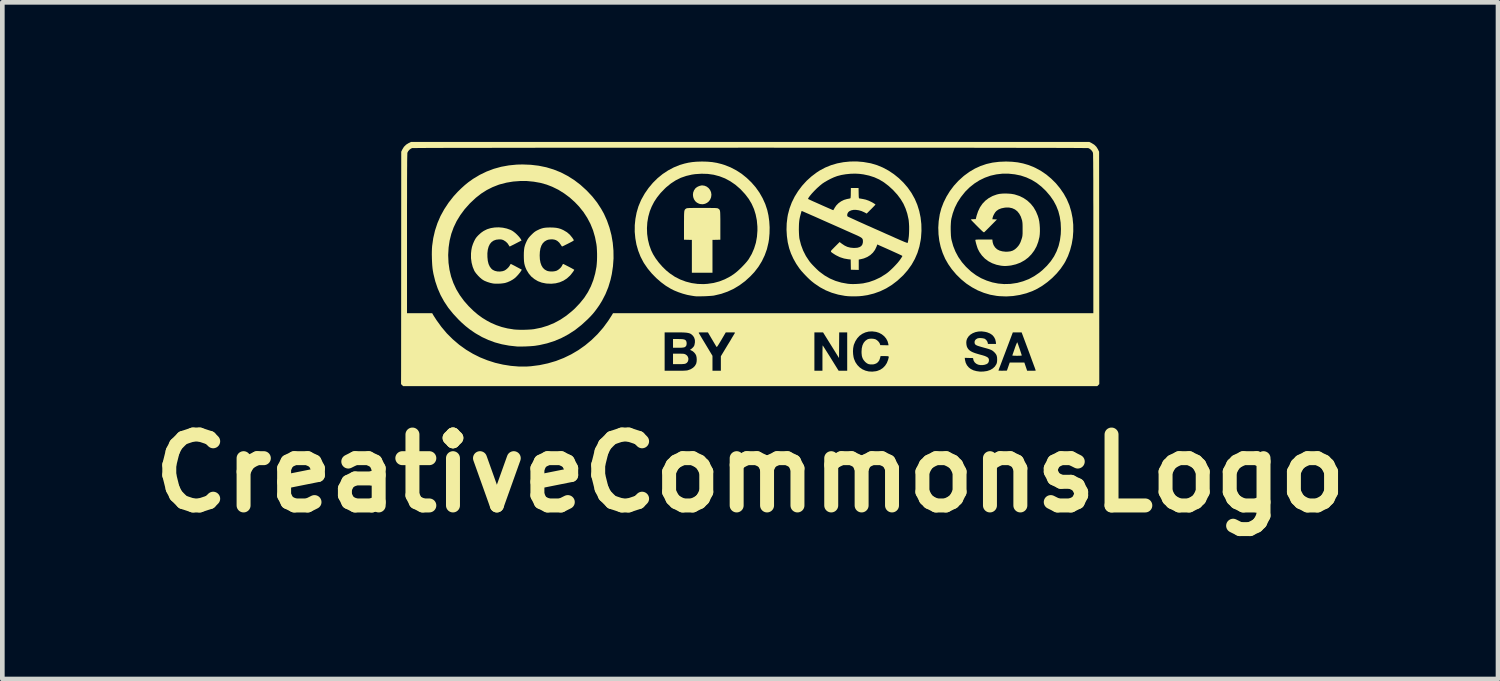
<source format=kicad_pcb>
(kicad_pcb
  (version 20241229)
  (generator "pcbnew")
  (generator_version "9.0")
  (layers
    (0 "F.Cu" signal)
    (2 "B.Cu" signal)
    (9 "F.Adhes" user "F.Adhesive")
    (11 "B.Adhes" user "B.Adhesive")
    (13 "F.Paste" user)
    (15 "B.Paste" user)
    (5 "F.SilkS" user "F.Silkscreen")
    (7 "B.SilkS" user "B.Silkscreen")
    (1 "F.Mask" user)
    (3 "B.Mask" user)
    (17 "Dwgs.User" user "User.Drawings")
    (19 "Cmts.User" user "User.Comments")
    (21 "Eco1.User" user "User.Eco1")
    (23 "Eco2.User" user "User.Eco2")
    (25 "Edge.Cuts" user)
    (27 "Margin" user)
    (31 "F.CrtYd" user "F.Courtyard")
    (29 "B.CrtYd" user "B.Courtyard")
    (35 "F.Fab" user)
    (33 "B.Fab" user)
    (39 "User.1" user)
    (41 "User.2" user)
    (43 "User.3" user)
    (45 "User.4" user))
  (footprint "CreativeCommonsLogo"
    (layer "F.Cu")
    (at 13.07 2.622)
    (property "Reference" "CreativeCommonsLogo" (at 0 4.5 0) (layer "F.SilkS") (effects (font (size 1.524 1.524) (thickness 0.3))))
    (attr board_only exclude_from_pos_files exclude_from_bom allow_missing_courtyard)
    (fp_poly (pts (xy -1.496 1.614) (xy -1.456 1.616) (xy -1.426 1.621) (xy -1.404 1.628) (xy -1.388 1.639) (xy -1.378 1.651) (xy -1.369 1.673) (xy -1.365 1.702) (xy -1.367 1.732) (xy -1.374 1.757) (xy -1.377 1.761) (xy -1.389 1.775) (xy -1.403 1.786) (xy -1.422 1.793) (xy -1.448 1.797) (xy -1.484 1.8) (xy -1.532 1.8) (xy -1.545 1.8) (xy -1.658 1.8) (xy -1.658 1.613) (xy -1.549 1.613)) (stroke (width 0) (type solid)) (fill yes) (layer "F.SilkS"))
    (fp_poly (pts (xy -1.494 1.928) (xy -1.46 1.929) (xy -1.436 1.93) (xy -1.418 1.933) (xy -1.403 1.938) (xy -1.39 1.944) (xy -1.387 1.945) (xy -1.358 1.967) (xy -1.338 1.996) (xy -1.328 2.03) (xy -1.329 2.064) (xy -1.339 2.096) (xy -1.359 2.123) (xy -1.383 2.139) (xy -1.398 2.144) (xy -1.414 2.148) (xy -1.436 2.15) (xy -1.466 2.152) (xy -1.506 2.153) (xy -1.536 2.153) (xy -1.658 2.153) (xy -1.658 1.928) (xy -1.539 1.928)) (stroke (width 0) (type solid)) (fill yes) (layer "F.SilkS"))
    (fp_poly (pts (xy -0.98 -1.681) (xy -0.933 -1.661) (xy -0.893 -1.63) (xy -0.862 -1.59) (xy -0.841 -1.543) (xy -0.833 -1.491) (xy -0.833 -1.485) (xy -0.84 -1.432) (xy -0.859 -1.385) (xy -0.888 -1.345) (xy -0.926 -1.314) (xy -0.97 -1.293) (xy -1.019 -1.283) (xy -1.07 -1.287) (xy -1.1 -1.295) (xy -1.145 -1.318) (xy -1.182 -1.351) (xy -1.208 -1.392) (xy -1.224 -1.437) (xy -1.23 -1.485) (xy -1.225 -1.533) (xy -1.208 -1.579) (xy -1.18 -1.621) (xy -1.162 -1.638) (xy -1.125 -1.662) (xy -1.082 -1.679) (xy -1.04 -1.688) (xy -1.031 -1.688)) (stroke (width 0) (type solid)) (fill yes) (layer "F.SilkS"))
    (fp_poly (pts (xy 5.744 1.694) (xy 5.752 1.715) (xy 5.763 1.745) (xy 5.775 1.781) (xy 5.789 1.82) (xy 5.802 1.859) (xy 5.814 1.896) (xy 5.824 1.927) (xy 5.832 1.951) (xy 5.836 1.965) (xy 5.836 1.967) (xy 5.829 1.969) (xy 5.811 1.971) (xy 5.784 1.972) (xy 5.752 1.973) (xy 5.718 1.973) (xy 5.686 1.972) (xy 5.659 1.971) (xy 5.641 1.97) (xy 5.634 1.967) (xy 5.634 1.967) (xy 5.636 1.959) (xy 5.642 1.938) (xy 5.653 1.908) (xy 5.666 1.871) (xy 5.681 1.828) (xy 5.684 1.818) (xy 5.701 1.769) (xy 5.716 1.731) (xy 5.728 1.703) (xy 5.736 1.687) (xy 5.74 1.684)) (stroke (width 0) (type solid)) (fill yes) (layer "F.SilkS"))
    (fp_poly (pts (xy -0.953 -1.204) (xy -0.888 -1.204) (xy -0.835 -1.203) (xy -0.793 -1.203) (xy -0.76 -1.202) (xy -0.736 -1.201) (xy -0.718 -1.199) (xy -0.705 -1.197) (xy -0.696 -1.195) (xy -0.69 -1.192) (xy -0.688 -1.191) (xy -0.677 -1.183) (xy -0.668 -1.176) (xy -0.66 -1.168) (xy -0.654 -1.157) (xy -0.65 -1.143) (xy -0.646 -1.123) (xy -0.644 -1.096) (xy -0.643 -1.061) (xy -0.642 -1.016) (xy -0.641 -0.96) (xy -0.641 -0.892) (xy -0.641 -0.521) (xy -0.726 -0.519) (xy -0.81 -0.517) (xy -0.81 0.188) (xy -1.253 0.188) (xy -1.253 -0.517) (xy -1.422 -0.521) (xy -1.422 -0.829) (xy -1.422 -0.908) (xy -1.421 -0.974) (xy -1.421 -1.027) (xy -1.42 -1.069) (xy -1.418 -1.102) (xy -1.416 -1.128) (xy -1.412 -1.146) (xy -1.407 -1.16) (xy -1.401 -1.17) (xy -1.393 -1.178) (xy -1.384 -1.185) (xy -1.375 -1.191) (xy -1.369 -1.194) (xy -1.361 -1.197) (xy -1.35 -1.199) (xy -1.334 -1.2) (xy -1.312 -1.202) (xy -1.282 -1.203) (xy -1.243 -1.203) (xy -1.194 -1.204) (xy -1.134 -1.204) (xy -1.06 -1.204) (xy -1.031 -1.204)) (stroke (width 0) (type solid)) (fill yes) (layer "F.SilkS"))
    (fp_poly (pts (xy -5.314 -0.779) (xy -5.23 -0.761) (xy -5.152 -0.733) (xy -5.116 -0.715) (xy -5.086 -0.695) (xy -5.05 -0.667) (xy -5.014 -0.634) (xy -4.98 -0.599) (xy -4.952 -0.566) (xy -4.932 -0.538) (xy -4.93 -0.535) (xy -4.913 -0.504) (xy -5.037 -0.44) (xy -5.077 -0.419) (xy -5.112 -0.402) (xy -5.14 -0.388) (xy -5.159 -0.378) (xy -5.167 -0.375) (xy -5.174 -0.381) (xy -5.183 -0.396) (xy -5.185 -0.399) (xy -5.212 -0.441) (xy -5.249 -0.478) (xy -5.292 -0.506) (xy -5.294 -0.508) (xy -5.32 -0.519) (xy -5.342 -0.525) (xy -5.368 -0.528) (xy -5.397 -0.528) (xy -5.459 -0.521) (xy -5.512 -0.502) (xy -5.557 -0.471) (xy -5.593 -0.428) (xy -5.62 -0.373) (xy -5.638 -0.307) (xy -5.647 -0.23) (xy -5.646 -0.146) (xy -5.638 -0.066) (xy -5.621 0.002) (xy -5.595 0.058) (xy -5.561 0.102) (xy -5.531 0.127) (xy -5.485 0.149) (xy -5.432 0.161) (xy -5.375 0.163) (xy -5.319 0.155) (xy -5.283 0.143) (xy -5.252 0.125) (xy -5.219 0.098) (xy -5.189 0.067) (xy -5.167 0.036) (xy -5.161 0.024) (xy -5.152 0.008) (xy -5.144 0.000193) (xy -5.143 0) (xy -5.135 0.003) (xy -5.116 0.013) (xy -5.088 0.027) (xy -5.053 0.045) (xy -5.022 0.062) (xy -4.907 0.123) (xy -4.92 0.145) (xy -4.941 0.177) (xy -4.971 0.214) (xy -5.004 0.252) (xy -5.037 0.286) (xy -5.052 0.299) (xy -5.099 0.334) (xy -5.155 0.366) (xy -5.215 0.392) (xy -5.268 0.409) (xy -5.312 0.416) (xy -5.366 0.422) (xy -5.423 0.424) (xy -5.477 0.424) (xy -5.524 0.42) (xy -5.584 0.407) (xy -5.648 0.387) (xy -5.707 0.363) (xy -5.729 0.351) (xy -5.766 0.327) (xy -5.806 0.293) (xy -5.846 0.253) (xy -5.883 0.211) (xy -5.913 0.171) (xy -5.928 0.146) (xy -5.962 0.064) (xy -5.986 -0.027) (xy -5.999 -0.124) (xy -5.999 -0.222) (xy -5.999 -0.225) (xy -5.991 -0.3) (xy -5.978 -0.366) (xy -5.957 -0.43) (xy -5.933 -0.486) (xy -5.913 -0.525) (xy -5.895 -0.555) (xy -5.874 -0.582) (xy -5.848 -0.61) (xy -5.837 -0.621) (xy -5.783 -0.67) (xy -5.729 -0.708) (xy -5.67 -0.738) (xy -5.648 -0.748) (xy -5.572 -0.771) (xy -5.488 -0.784) (xy -5.401 -0.787)) (stroke (width 0) (type solid)) (fill yes) (layer "F.SilkS"))
    (fp_poly (pts (xy -4.229 -0.782) (xy -4.171 -0.777) (xy -4.119 -0.767) (xy -4.07 -0.752) (xy -4.02 -0.73) (xy -4.007 -0.723) (xy -3.936 -0.681) (xy -3.876 -0.629) (xy -3.825 -0.567) (xy -3.821 -0.562) (xy -3.804 -0.536) (xy -3.794 -0.52) (xy -3.791 -0.51) (xy -3.793 -0.503) (xy -3.8 -0.498) (xy -3.811 -0.491) (xy -3.832 -0.479) (xy -3.861 -0.464) (xy -3.894 -0.447) (xy -3.929 -0.429) (xy -3.964 -0.412) (xy -3.995 -0.396) (xy -4.02 -0.384) (xy -4.037 -0.377) (xy -4.042 -0.375) (xy -4.048 -0.381) (xy -4.059 -0.396) (xy -4.072 -0.416) (xy -4.103 -0.459) (xy -4.14 -0.492) (xy -4.174 -0.512) (xy -4.207 -0.523) (xy -4.249 -0.529) (xy -4.294 -0.528) (xy -4.337 -0.522) (xy -4.37 -0.511) (xy -4.418 -0.483) (xy -4.457 -0.444) (xy -4.486 -0.395) (xy -4.507 -0.335) (xy -4.519 -0.263) (xy -4.523 -0.184) (xy -4.519 -0.099) (xy -4.506 -0.027) (xy -4.484 0.034) (xy -4.454 0.083) (xy -4.414 0.121) (xy -4.365 0.148) (xy -4.329 0.157) (xy -4.285 0.162) (xy -4.237 0.161) (xy -4.193 0.155) (xy -4.156 0.144) (xy -4.152 0.142) (xy -4.113 0.117) (xy -4.076 0.084) (xy -4.048 0.047) (xy -4.04 0.031) (xy -4.03 0.012) (xy -4.022 0.001) (xy -4.019 0) (xy -4.01 0.003) (xy -3.991 0.012) (xy -3.965 0.025) (xy -3.933 0.042) (xy -3.899 0.059) (xy -3.865 0.077) (xy -3.833 0.094) (xy -3.807 0.109) (xy -3.789 0.119) (xy -3.781 0.124) (xy -3.781 0.125) (xy -3.785 0.136) (xy -3.797 0.155) (xy -3.814 0.179) (xy -3.835 0.206) (xy -3.856 0.233) (xy -3.874 0.253) (xy -3.939 0.312) (xy -4.012 0.359) (xy -4.093 0.394) (xy -4.18 0.416) (xy -4.273 0.425) (xy -4.372 0.421) (xy -4.388 0.419) (xy -4.478 0.401) (xy -4.561 0.37) (xy -4.635 0.326) (xy -4.702 0.272) (xy -4.758 0.206) (xy -4.804 0.131) (xy -4.825 0.084) (xy -4.841 0.039) (xy -4.853 -0.008) (xy -4.86 -0.059) (xy -4.863 -0.119) (xy -4.864 -0.18) (xy -4.863 -0.246) (xy -4.859 -0.301) (xy -4.853 -0.349) (xy -4.842 -0.392) (xy -4.827 -0.435) (xy -4.806 -0.482) (xy -4.8 -0.495) (xy -4.783 -0.527) (xy -4.765 -0.555) (xy -4.742 -0.583) (xy -4.713 -0.614) (xy -4.7 -0.627) (xy -4.666 -0.66) (xy -4.638 -0.684) (xy -4.611 -0.703) (xy -4.581 -0.72) (xy -4.568 -0.726) (xy -4.522 -0.748) (xy -4.48 -0.763) (xy -4.438 -0.774) (xy -4.393 -0.78) (xy -4.341 -0.783) (xy -4.298 -0.784)) (stroke (width 0) (type solid)) (fill yes) (layer "F.SilkS"))
    (fp_poly (pts (xy 5.499 -2.201) (xy 5.629 -2.196) (xy 5.75 -2.183) (xy 5.864 -2.16) (xy 5.974 -2.128) (xy 6.083 -2.086) (xy 6.132 -2.063) (xy 6.251 -1.998) (xy 6.364 -1.921) (xy 6.47 -1.832) (xy 6.569 -1.734) (xy 6.657 -1.627) (xy 6.736 -1.513) (xy 6.802 -1.395) (xy 6.855 -1.272) (xy 6.862 -1.253) (xy 6.901 -1.12) (xy 6.928 -0.984) (xy 6.942 -0.844) (xy 6.943 -0.704) (xy 6.933 -0.565) (xy 6.91 -0.429) (xy 6.875 -0.296) (xy 6.829 -0.169) (xy 6.771 -0.05) (xy 6.744 -0.004) (xy 6.671 0.103) (xy 6.586 0.205) (xy 6.491 0.301) (xy 6.388 0.389) (xy 6.28 0.467) (xy 6.168 0.534) (xy 6.072 0.58) (xy 5.936 0.63) (xy 5.794 0.666) (xy 5.649 0.689) (xy 5.503 0.698) (xy 5.356 0.692) (xy 5.297 0.686) (xy 5.157 0.661) (xy 5.022 0.621) (xy 4.891 0.568) (xy 4.766 0.501) (xy 4.646 0.422) (xy 4.534 0.33) (xy 4.429 0.227) (xy 4.332 0.112) (xy 4.257 0.005) (xy 4.191 -0.11) (xy 4.137 -0.234) (xy 4.094 -0.364) (xy 4.064 -0.499) (xy 4.047 -0.638) (xy 4.044 -0.736) (xy 4.309 -0.736) (xy 4.311 -0.669) (xy 4.314 -0.606) (xy 4.32 -0.551) (xy 4.327 -0.515) (xy 4.363 -0.385) (xy 4.412 -0.263) (xy 4.474 -0.148) (xy 4.55 -0.039) (xy 4.639 0.063) (xy 4.742 0.159) (xy 4.75 0.166) (xy 4.853 0.242) (xy 4.963 0.306) (xy 5.081 0.357) (xy 5.203 0.396) (xy 5.328 0.421) (xy 5.455 0.432) (xy 5.583 0.429) (xy 5.605 0.427) (xy 5.739 0.407) (xy 5.866 0.372) (xy 5.988 0.325) (xy 6.103 0.263) (xy 6.213 0.188) (xy 6.28 0.133) (xy 6.377 0.039) (xy 6.46 -0.059) (xy 6.53 -0.163) (xy 6.585 -0.272) (xy 6.628 -0.388) (xy 6.657 -0.51) (xy 6.674 -0.64) (xy 6.678 -0.75) (xy 6.672 -0.886) (xy 6.653 -1.013) (xy 6.622 -1.134) (xy 6.577 -1.248) (xy 6.519 -1.357) (xy 6.447 -1.461) (xy 6.361 -1.562) (xy 6.358 -1.566) (xy 6.26 -1.66) (xy 6.157 -1.741) (xy 6.049 -1.807) (xy 5.934 -1.86) (xy 5.814 -1.9) (xy 5.686 -1.926) (xy 5.553 -1.94) (xy 5.42 -1.94) (xy 5.29 -1.925) (xy 5.165 -1.897) (xy 5.044 -1.854) (xy 4.928 -1.798) (xy 4.819 -1.729) (xy 4.716 -1.647) (xy 4.621 -1.553) (xy 4.613 -1.543) (xy 4.527 -1.435) (xy 4.455 -1.324) (xy 4.397 -1.208) (xy 4.353 -1.087) (xy 4.323 -0.971) (xy 4.316 -0.925) (xy 4.312 -0.868) (xy 4.309 -0.803) (xy 4.309 -0.736) (xy 4.044 -0.736) (xy 4.042 -0.778) (xy 4.051 -0.92) (xy 4.073 -1.06) (xy 4.073 -1.064) (xy 4.108 -1.195) (xy 4.157 -1.323) (xy 4.219 -1.448) (xy 4.293 -1.568) (xy 4.379 -1.682) (xy 4.475 -1.787) (xy 4.581 -1.883) (xy 4.599 -1.898) (xy 4.713 -1.981) (xy 4.83 -2.05) (xy 4.951 -2.105) (xy 5.077 -2.148) (xy 5.21 -2.178) (xy 5.349 -2.195) (xy 5.498 -2.201)) (stroke (width 0) (type solid)) (fill yes) (layer "F.SilkS"))
    (fp_poly (pts (xy 5.54 -1.512) (xy 5.607 -1.507) (xy 5.666 -1.497) (xy 5.685 -1.493) (xy 5.784 -1.461) (xy 5.874 -1.417) (xy 5.955 -1.362) (xy 6.028 -1.294) (xy 6.09 -1.217) (xy 6.141 -1.129) (xy 6.182 -1.031) (xy 6.2 -0.971) (xy 6.212 -0.915) (xy 6.22 -0.849) (xy 6.225 -0.777) (xy 6.226 -0.705) (xy 6.223 -0.638) (xy 6.216 -0.58) (xy 6.19 -0.475) (xy 6.153 -0.377) (xy 6.103 -0.287) (xy 6.043 -0.207) (xy 5.973 -0.136) (xy 5.894 -0.077) (xy 5.806 -0.028) (xy 5.71 0.008) (xy 5.608 0.032) (xy 5.57 0.037) (xy 5.518 0.042) (xy 5.475 0.044) (xy 5.433 0.042) (xy 5.388 0.037) (xy 5.292 0.017) (xy 5.202 -0.015) (xy 5.119 -0.059) (xy 5.045 -0.114) (xy 4.981 -0.18) (xy 4.927 -0.256) (xy 4.893 -0.322) (xy 4.884 -0.345) (xy 4.874 -0.376) (xy 4.863 -0.411) (xy 4.853 -0.446) (xy 4.845 -0.479) (xy 4.84 -0.503) (xy 4.838 -0.515) (xy 4.841 -0.518) (xy 4.849 -0.521) (xy 4.865 -0.523) (xy 4.889 -0.524) (xy 4.924 -0.525) (xy 4.971 -0.525) (xy 5.021 -0.525) (xy 5.204 -0.525) (xy 5.208 -0.485) (xy 5.214 -0.454) (xy 5.225 -0.42) (xy 5.232 -0.403) (xy 5.263 -0.355) (xy 5.304 -0.316) (xy 5.357 -0.288) (xy 5.419 -0.271) (xy 5.491 -0.263) (xy 5.534 -0.264) (xy 5.593 -0.271) (xy 5.643 -0.287) (xy 5.688 -0.314) (xy 5.73 -0.351) (xy 5.763 -0.388) (xy 5.788 -0.426) (xy 5.81 -0.47) (xy 5.829 -0.524) (xy 5.833 -0.537) (xy 5.841 -0.561) (xy 5.846 -0.582) (xy 5.85 -0.604) (xy 5.852 -0.628) (xy 5.854 -0.657) (xy 5.854 -0.696) (xy 5.854 -0.746) (xy 5.854 -0.803) (xy 5.853 -0.848) (xy 5.851 -0.883) (xy 5.847 -0.911) (xy 5.843 -0.936) (xy 5.841 -0.941) (xy 5.816 -1.017) (xy 5.782 -1.08) (xy 5.74 -1.132) (xy 5.69 -1.171) (xy 5.631 -1.198) (xy 5.565 -1.212) (xy 5.492 -1.212) (xy 5.465 -1.209) (xy 5.397 -1.195) (xy 5.339 -1.172) (xy 5.292 -1.139) (xy 5.29 -1.137) (xy 5.265 -1.109) (xy 5.242 -1.072) (xy 5.222 -1.032) (xy 5.21 -0.995) (xy 5.209 -0.988) (xy 5.204 -0.961) (xy 5.303 -0.956) (xy 5.173 -0.825) (xy 5.137 -0.788) (xy 5.103 -0.754) (xy 5.074 -0.725) (xy 5.051 -0.703) (xy 5.036 -0.688) (xy 5.031 -0.683) (xy 5.026 -0.681) (xy 5.02 -0.681) (xy 5.011 -0.686) (xy 4.998 -0.696) (xy 4.979 -0.713) (xy 4.954 -0.737) (xy 4.921 -0.769) (xy 4.879 -0.811) (xy 4.842 -0.848) (xy 4.809 -0.882) (xy 4.781 -0.911) (xy 4.759 -0.934) (xy 4.745 -0.949) (xy 4.741 -0.954) (xy 4.748 -0.957) (xy 4.766 -0.96) (xy 4.791 -0.962) (xy 4.794 -0.962) (xy 4.848 -0.964) (xy 4.865 -1.035) (xy 4.897 -1.131) (xy 4.939 -1.218) (xy 4.992 -1.295) (xy 5.056 -1.362) (xy 5.129 -1.417) (xy 5.211 -1.461) (xy 5.301 -1.493) (xy 5.353 -1.505) (xy 5.408 -1.511) (xy 5.472 -1.514)) (stroke (width 0) (type solid)) (fill yes) (layer "F.SilkS"))
    (fp_poly (pts (xy -0.923 -2.198) (xy -0.817 -2.189) (xy -0.715 -2.172) (xy -0.615 -2.147) (xy -0.551 -2.127) (xy -0.422 -2.076) (xy -0.299 -2.012) (xy -0.183 -1.937) (xy -0.074 -1.849) (xy 0.027 -1.752) (xy 0.118 -1.647) (xy 0.199 -1.533) (xy 0.268 -1.412) (xy 0.325 -1.286) (xy 0.367 -1.159) (xy 0.393 -1.042) (xy 0.41 -0.917) (xy 0.418 -0.788) (xy 0.416 -0.658) (xy 0.405 -0.532) (xy 0.393 -0.458) (xy 0.36 -0.318) (xy 0.312 -0.185) (xy 0.251 -0.058) (xy 0.177 0.062) (xy 0.089 0.176) (xy 0.004 0.266) (xy -0.109 0.369) (xy -0.229 0.458) (xy -0.353 0.533) (xy -0.484 0.594) (xy -0.621 0.642) (xy -0.765 0.676) (xy -0.784 0.68) (xy -0.81 0.683) (xy -0.846 0.686) (xy -0.891 0.689) (xy -0.941 0.692) (xy -0.993 0.694) (xy -1.044 0.695) (xy -1.092 0.696) (xy -1.133 0.696) (xy -1.165 0.695) (xy -1.185 0.693) (xy -1.202 0.691) (xy -1.228 0.687) (xy -1.258 0.682) (xy -1.26 0.682) (xy -1.351 0.665) (xy -1.447 0.639) (xy -1.544 0.606) (xy -1.637 0.568) (xy -1.703 0.535) (xy -1.811 0.47) (xy -1.916 0.392) (xy -2.018 0.303) (xy -2.113 0.206) (xy -2.199 0.103) (xy -2.273 -0.004) (xy -2.293 -0.036) (xy -2.356 -0.157) (xy -2.406 -0.285) (xy -2.444 -0.417) (xy -2.468 -0.553) (xy -2.481 -0.692) (xy -2.48 -0.77) (xy -2.218 -0.77) (xy -2.214 -0.646) (xy -2.197 -0.524) (xy -2.168 -0.405) (xy -2.127 -0.292) (xy -2.087 -0.21) (xy -2.032 -0.121) (xy -1.965 -0.031) (xy -1.89 0.055) (xy -1.809 0.135) (xy -1.727 0.202) (xy -1.619 0.275) (xy -1.503 0.334) (xy -1.383 0.379) (xy -1.258 0.411) (xy -1.129 0.429) (xy -0.999 0.433) (xy -0.914 0.427) (xy -0.784 0.408) (xy -0.661 0.375) (xy -0.544 0.329) (xy -0.431 0.27) (xy -0.349 0.216) (xy -0.306 0.183) (xy -0.258 0.142) (xy -0.208 0.095) (xy -0.158 0.045) (xy -0.111 -0.005) (xy -0.07 -0.052) (xy -0.038 -0.094) (xy -0.031 -0.104) (xy 0.034 -0.215) (xy 0.085 -0.333) (xy 0.123 -0.456) (xy 0.146 -0.585) (xy 0.156 -0.718) (xy 0.155 -0.806) (xy 0.143 -0.939) (xy 0.118 -1.063) (xy 0.082 -1.18) (xy 0.032 -1.292) (xy -0.031 -1.398) (xy -0.109 -1.5) (xy -0.2 -1.598) (xy -0.217 -1.615) (xy -0.319 -1.703) (xy -0.427 -1.777) (xy -0.54 -1.838) (xy -0.659 -1.884) (xy -0.783 -1.917) (xy -0.912 -1.935) (xy -1.045 -1.939) (xy -1.183 -1.93) (xy -1.252 -1.92) (xy -1.373 -1.892) (xy -1.489 -1.852) (xy -1.598 -1.798) (xy -1.703 -1.73) (xy -1.804 -1.648) (xy -1.835 -1.618) (xy -1.925 -1.525) (xy -2.001 -1.43) (xy -2.065 -1.333) (xy -2.117 -1.231) (xy -2.156 -1.135) (xy -2.189 -1.017) (xy -2.21 -0.895) (xy -2.218 -0.77) (xy -2.48 -0.77) (xy -2.48 -0.831) (xy -2.466 -0.969) (xy -2.44 -1.105) (xy -2.401 -1.238) (xy -2.348 -1.364) (xy -2.337 -1.387) (xy -2.265 -1.515) (xy -2.183 -1.633) (xy -2.091 -1.743) (xy -1.99 -1.843) (xy -1.881 -1.932) (xy -1.765 -2.009) (xy -1.643 -2.074) (xy -1.516 -2.126) (xy -1.411 -2.157) (xy -1.327 -2.176) (xy -1.244 -2.189) (xy -1.158 -2.197) (xy -1.063 -2.2) (xy -1.039 -2.201)) (stroke (width 0) (type solid)) (fill yes) (layer "F.SilkS"))
    (fp_poly (pts (xy -4.714 -2.131) (xy -4.544 -2.111) (xy -4.379 -2.077) (xy -4.221 -2.029) (xy -4.069 -1.968) (xy -3.923 -1.892) (xy -3.783 -1.804) (xy -3.648 -1.701) (xy -3.519 -1.584) (xy -3.503 -1.568) (xy -3.389 -1.446) (xy -3.289 -1.319) (xy -3.203 -1.187) (xy -3.143 -1.08) (xy -3.077 -0.933) (xy -3.023 -0.779) (xy -2.981 -0.619) (xy -2.953 -0.456) (xy -2.938 -0.289) (xy -2.936 -0.12) (xy -2.948 0.049) (xy -2.973 0.217) (xy -3.001 0.342) (xy -3.048 0.498) (xy -3.109 0.648) (xy -3.183 0.791) (xy -3.245 0.891) (xy -3.292 0.958) (xy -3.336 1.017) (xy -3.38 1.071) (xy -3.428 1.124) (xy -3.485 1.182) (xy -3.492 1.189) (xy -3.624 1.31) (xy -3.761 1.418) (xy -3.904 1.511) (xy -4.052 1.59) (xy -4.205 1.655) (xy -4.364 1.706) (xy -4.527 1.743) (xy -4.627 1.759) (xy -4.668 1.763) (xy -4.719 1.767) (xy -4.775 1.77) (xy -4.834 1.773) (xy -4.891 1.774) (xy -4.943 1.775) (xy -4.987 1.775) (xy -5.015 1.773) (xy -5.18 1.755) (xy -5.336 1.726) (xy -5.484 1.686) (xy -5.625 1.634) (xy -5.762 1.571) (xy -5.896 1.494) (xy -5.93 1.472) (xy -6.024 1.407) (xy -6.113 1.337) (xy -6.2 1.26) (xy -6.267 1.195) (xy -6.384 1.069) (xy -6.488 0.94) (xy -6.577 0.806) (xy -6.653 0.668) (xy -6.716 0.523) (xy -6.767 0.372) (xy -6.806 0.213) (xy -6.819 0.142) (xy -6.826 0.09) (xy -6.832 0.027) (xy -6.836 -0.043) (xy -6.839 -0.118) (xy -6.84 -0.18) (xy -6.489 -0.18) (xy -6.482 -0.024) (xy -6.461 0.126) (xy -6.427 0.27) (xy -6.378 0.409) (xy -6.316 0.543) (xy -6.239 0.671) (xy -6.149 0.794) (xy -6.044 0.913) (xy -6.042 0.914) (xy -5.946 1.008) (xy -5.851 1.089) (xy -5.753 1.16) (xy -5.651 1.222) (xy -5.57 1.265) (xy -5.455 1.315) (xy -5.338 1.355) (xy -5.216 1.385) (xy -5.084 1.406) (xy -5.081 1.407) (xy -5.031 1.411) (xy -4.971 1.414) (xy -4.903 1.415) (xy -4.833 1.414) (xy -4.765 1.411) (xy -4.701 1.407) (xy -4.647 1.401) (xy -4.636 1.399) (xy -4.488 1.369) (xy -4.346 1.325) (xy -4.21 1.268) (xy -4.079 1.198) (xy -3.952 1.113) (xy -3.83 1.014) (xy -3.765 0.955) (xy -3.659 0.843) (xy -3.566 0.728) (xy -3.487 0.606) (xy -3.422 0.479) (xy -3.37 0.345) (xy -3.33 0.203) (xy -3.303 0.062) (xy -3.297 0.002) (xy -3.292 -0.068) (xy -3.29 -0.145) (xy -3.29 -0.223) (xy -3.293 -0.299) (xy -3.297 -0.368) (xy -3.304 -0.424) (xy -3.334 -0.577) (xy -3.376 -0.722) (xy -3.432 -0.86) (xy -3.501 -0.991) (xy -3.583 -1.117) (xy -3.679 -1.236) (xy -3.766 -1.327) (xy -3.878 -1.428) (xy -3.998 -1.517) (xy -4.123 -1.595) (xy -4.254 -1.659) (xy -4.373 -1.705) (xy -4.509 -1.743) (xy -4.652 -1.768) (xy -4.798 -1.782) (xy -4.946 -1.782) (xy -5.093 -1.771) (xy -5.237 -1.747) (xy -5.376 -1.711) (xy -5.405 -1.702) (xy -5.535 -1.651) (xy -5.66 -1.588) (xy -5.78 -1.512) (xy -5.895 -1.422) (xy -6.007 -1.317) (xy -6.03 -1.294) (xy -6.137 -1.174) (xy -6.229 -1.049) (xy -6.308 -0.92) (xy -6.372 -0.786) (xy -6.422 -0.648) (xy -6.458 -0.504) (xy -6.48 -0.355) (xy -6.489 -0.2) (xy -6.489 -0.18) (xy -6.84 -0.18) (xy -6.841 -0.194) (xy -6.84 -0.266) (xy -6.838 -0.332) (xy -6.834 -0.387) (xy -6.81 -0.556) (xy -6.772 -0.719) (xy -6.72 -0.877) (xy -6.654 -1.03) (xy -6.573 -1.177) (xy -6.479 -1.319) (xy -6.372 -1.455) (xy -6.283 -1.552) (xy -6.205 -1.628) (xy -6.131 -1.695) (xy -6.056 -1.756) (xy -5.975 -1.814) (xy -5.952 -1.83) (xy -5.81 -1.915) (xy -5.663 -1.986) (xy -5.51 -2.044) (xy -5.351 -2.088) (xy -5.186 -2.118) (xy -5.015 -2.135) (xy -4.891 -2.138)) (stroke (width 0) (type solid)) (fill yes) (layer "F.SilkS"))
    (fp_poly (pts (xy 2.432 -2.191) (xy 2.575 -2.166) (xy 2.599 -2.161) (xy 2.727 -2.123) (xy 2.852 -2.071) (xy 2.973 -2.006) (xy 3.087 -1.93) (xy 3.195 -1.843) (xy 3.295 -1.746) (xy 3.386 -1.64) (xy 3.466 -1.526) (xy 3.533 -1.406) (xy 3.537 -1.399) (xy 3.591 -1.272) (xy 3.633 -1.138) (xy 3.662 -0.999) (xy 3.678 -0.856) (xy 3.681 -0.71) (xy 3.671 -0.564) (xy 3.664 -0.514) (xy 3.636 -0.372) (xy 3.594 -0.236) (xy 3.538 -0.107) (xy 3.469 0.016) (xy 3.386 0.132) (xy 3.291 0.241) (xy 3.277 0.254) (xy 3.164 0.359) (xy 3.046 0.449) (xy 2.923 0.525) (xy 2.794 0.587) (xy 2.66 0.635) (xy 2.52 0.67) (xy 2.416 0.686) (xy 2.343 0.693) (xy 2.264 0.696) (xy 2.183 0.696) (xy 2.105 0.693) (xy 2.037 0.686) (xy 2.037 0.686) (xy 1.892 0.659) (xy 1.754 0.619) (xy 1.623 0.566) (xy 1.498 0.499) (xy 1.379 0.418) (xy 1.321 0.372) (xy 1.28 0.336) (xy 1.234 0.292) (xy 1.186 0.243) (xy 1.14 0.194) (xy 1.098 0.147) (xy 1.065 0.105) (xy 1.061 0.101) (xy 0.99 -0.003) (xy 0.928 -0.113) (xy 0.876 -0.227) (xy 0.837 -0.34) (xy 0.837 -0.341) (xy 0.807 -0.467) (xy 0.789 -0.599) (xy 0.781 -0.735) (xy 0.781 -0.737) (xy 1.046 -0.737) (xy 1.048 -0.673) (xy 1.051 -0.613) (xy 1.056 -0.561) (xy 1.06 -0.537) (xy 1.093 -0.408) (xy 1.139 -0.286) (xy 1.198 -0.17) (xy 1.269 -0.063) (xy 1.274 -0.056) (xy 1.302 -0.021) (xy 1.339 0.02) (xy 1.381 0.063) (xy 1.424 0.106) (xy 1.465 0.145) (xy 1.497 0.172) (xy 1.602 0.249) (xy 1.714 0.313) (xy 1.834 0.364) (xy 1.96 0.401) (xy 2.093 0.425) (xy 2.112 0.427) (xy 2.16 0.431) (xy 2.217 0.432) (xy 2.28 0.43) (xy 2.343 0.426) (xy 2.4 0.42) (xy 2.427 0.417) (xy 2.553 0.389) (xy 2.675 0.346) (xy 2.794 0.29) (xy 2.907 0.22) (xy 2.941 0.196) (xy 2.981 0.164) (xy 3.026 0.123) (xy 3.074 0.077) (xy 3.121 0.028) (xy 3.165 -0.02) (xy 3.201 -0.064) (xy 3.224 -0.095) (xy 3.243 -0.123) (xy 3.258 -0.147) (xy 3.268 -0.164) (xy 3.271 -0.171) (xy 3.268 -0.174) (xy 3.258 -0.18) (xy 3.241 -0.189) (xy 3.215 -0.201) (xy 3.181 -0.217) (xy 3.137 -0.237) (xy 3.082 -0.262) (xy 3.016 -0.292) (xy 2.938 -0.327) (xy 2.848 -0.367) (xy 2.816 -0.381) (xy 2.732 -0.419) (xy 2.715 -0.372) (xy 2.682 -0.303) (xy 2.638 -0.243) (xy 2.582 -0.191) (xy 2.517 -0.15) (xy 2.443 -0.119) (xy 2.395 -0.107) (xy 2.333 -0.094) (xy 2.333 0.128) (xy 2.249 0.126) (xy 2.164 0.124) (xy 2.162 0.014) (xy 2.16 -0.096) (xy 2.108 -0.101) (xy 2.017 -0.117) (xy 1.927 -0.146) (xy 1.842 -0.188) (xy 1.802 -0.213) (xy 1.773 -0.232) (xy 1.752 -0.247) (xy 1.739 -0.259) (xy 1.735 -0.27) (xy 1.739 -0.283) (xy 1.752 -0.3) (xy 1.775 -0.323) (xy 1.806 -0.355) (xy 1.822 -0.371) (xy 1.922 -0.471) (xy 1.972 -0.433) (xy 2.031 -0.394) (xy 2.089 -0.367) (xy 2.151 -0.351) (xy 2.221 -0.344) (xy 2.241 -0.344) (xy 2.301 -0.348) (xy 2.348 -0.361) (xy 2.385 -0.383) (xy 2.409 -0.415) (xy 2.421 -0.455) (xy 2.423 -0.482) (xy 2.422 -0.506) (xy 2.419 -0.525) (xy 2.411 -0.542) (xy 2.397 -0.558) (xy 2.375 -0.573) (xy 2.345 -0.59) (xy 2.304 -0.61) (xy 2.25 -0.634) (xy 2.22 -0.647) (xy 2.177 -0.666) (xy 2.124 -0.69) (xy 2.062 -0.717) (xy 1.992 -0.749) (xy 1.915 -0.783) (xy 1.834 -0.819) (xy 1.75 -0.856) (xy 1.664 -0.894) (xy 1.61 -0.918) (xy 1.529 -0.954) (xy 1.451 -0.989) (xy 1.379 -1.021) (xy 1.312 -1.05) (xy 1.254 -1.076) (xy 1.203 -1.098) (xy 1.162 -1.116) (xy 1.132 -1.129) (xy 1.113 -1.137) (xy 1.107 -1.139) (xy 1.102 -1.129) (xy 1.096 -1.108) (xy 1.088 -1.079) (xy 1.079 -1.046) (xy 1.07 -1.011) (xy 1.063 -0.978) (xy 1.06 -0.964) (xy 1.054 -0.92) (xy 1.049 -0.865) (xy 1.047 -0.802) (xy 1.046 -0.737) (xy 0.781 -0.737) (xy 0.785 -0.872) (xy 0.801 -1.005) (xy 0.811 -1.061) (xy 0.846 -1.193) (xy 0.894 -1.322) (xy 0.934 -1.402) (xy 1.244 -1.402) (xy 1.246 -1.395) (xy 1.248 -1.394) (xy 1.259 -1.389) (xy 1.28 -1.379) (xy 1.312 -1.364) (xy 1.351 -1.346) (xy 1.397 -1.326) (xy 1.446 -1.304) (xy 1.498 -1.281) (xy 1.551 -1.257) (xy 1.603 -1.234) (xy 1.651 -1.213) (xy 1.694 -1.194) (xy 1.731 -1.178) (xy 1.76 -1.165) (xy 1.778 -1.158) (xy 1.784 -1.155) (xy 1.79 -1.161) (xy 1.8 -1.178) (xy 1.813 -1.201) (xy 1.814 -1.204) (xy 1.85 -1.257) (xy 1.897 -1.305) (xy 1.953 -1.345) (xy 2.015 -1.376) (xy 2.079 -1.395) (xy 2.107 -1.4) (xy 2.131 -1.405) (xy 2.143 -1.407) (xy 2.15 -1.409) (xy 2.154 -1.413) (xy 2.158 -1.422) (xy 2.159 -1.438) (xy 2.161 -1.463) (xy 2.162 -1.5) (xy 2.162 -1.521) (xy 2.164 -1.632) (xy 2.329 -1.632) (xy 2.331 -1.521) (xy 2.332 -1.478) (xy 2.333 -1.448) (xy 2.335 -1.428) (xy 2.337 -1.417) (xy 2.341 -1.411) (xy 2.347 -1.408) (xy 2.35 -1.407) (xy 2.366 -1.405) (xy 2.391 -1.401) (xy 2.42 -1.396) (xy 2.421 -1.396) (xy 2.484 -1.382) (xy 2.549 -1.359) (xy 2.611 -1.329) (xy 2.642 -1.312) (xy 2.665 -1.297) (xy 2.683 -1.285) (xy 2.692 -1.278) (xy 2.693 -1.278) (xy 2.689 -1.272) (xy 2.676 -1.257) (xy 2.655 -1.235) (xy 2.629 -1.208) (xy 2.6 -1.179) (xy 2.504 -1.083) (xy 2.451 -1.111) (xy 2.392 -1.137) (xy 2.332 -1.154) (xy 2.274 -1.162) (xy 2.22 -1.162) (xy 2.172 -1.152) (xy 2.133 -1.134) (xy 2.109 -1.114) (xy 2.093 -1.088) (xy 2.085 -1.06) (xy 2.086 -1.034) (xy 2.091 -1.023) (xy 2.099 -1.018) (xy 2.119 -1.008) (xy 2.151 -0.993) (xy 2.192 -0.974) (xy 2.243 -0.951) (xy 2.301 -0.924) (xy 2.365 -0.895) (xy 2.435 -0.864) (xy 2.505 -0.832) (xy 2.588 -0.796) (xy 2.674 -0.757) (xy 2.761 -0.719) (xy 2.846 -0.681) (xy 2.928 -0.644) (xy 3.004 -0.611) (xy 3.071 -0.581) (xy 3.128 -0.555) (xy 3.147 -0.547) (xy 3.217 -0.516) (xy 3.275 -0.491) (xy 3.32 -0.472) (xy 3.353 -0.46) (xy 3.374 -0.453) (xy 3.383 -0.452) (xy 3.384 -0.452) (xy 3.387 -0.463) (xy 3.392 -0.485) (xy 3.398 -0.515) (xy 3.403 -0.544) (xy 3.41 -0.6) (xy 3.414 -0.666) (xy 3.416 -0.736) (xy 3.416 -0.807) (xy 3.412 -0.874) (xy 3.407 -0.933) (xy 3.403 -0.96) (xy 3.376 -1.081) (xy 3.339 -1.192) (xy 3.293 -1.295) (xy 3.234 -1.393) (xy 3.163 -1.488) (xy 3.078 -1.581) (xy 3.069 -1.591) (xy 2.972 -1.679) (xy 2.874 -1.754) (xy 2.773 -1.815) (xy 2.667 -1.863) (xy 2.554 -1.899) (xy 2.433 -1.925) (xy 2.348 -1.936) (xy 2.255 -1.941) (xy 2.156 -1.938) (xy 2.056 -1.928) (xy 1.96 -1.912) (xy 1.872 -1.889) (xy 1.863 -1.886) (xy 1.799 -1.862) (xy 1.729 -1.83) (xy 1.659 -1.793) (xy 1.594 -1.755) (xy 1.548 -1.724) (xy 1.493 -1.679) (xy 1.434 -1.626) (xy 1.377 -1.569) (xy 1.324 -1.512) (xy 1.281 -1.46) (xy 1.261 -1.432) (xy 1.249 -1.413) (xy 1.244 -1.402) (xy 0.934 -1.402) (xy 0.956 -1.447) (xy 1.03 -1.566) (xy 1.115 -1.679) (xy 1.211 -1.785) (xy 1.317 -1.881) (xy 1.431 -1.967) (xy 1.494 -2.008) (xy 1.612 -2.071) (xy 1.737 -2.122) (xy 1.869 -2.161) (xy 2.006 -2.187) (xy 2.146 -2.201) (xy 2.289 -2.203)) (stroke (width 0) (type solid)) (fill yes) (layer "F.SilkS"))
    (fp_poly (pts (xy 7.336 -2.598) (xy 7.393 -2.563) (xy 7.439 -2.518) (xy 7.474 -2.462) (xy 7.474 -2.46) (xy 7.498 -2.412) (xy 7.5 0.085) (xy 7.502 2.582) (xy 7.48 2.604) (xy 7.458 2.626) (xy -7.458 2.626) (xy -7.48 2.604) (xy -7.502 2.582) (xy -7.501 2.295) (xy -1.838 2.295) (xy -1.611 2.295) (xy -1.541 2.295) (xy -1.485 2.295) (xy -1.44 2.294) (xy -1.405 2.292) (xy -1.377 2.29) (xy -1.356 2.288) (xy -1.34 2.284) (xy -1.339 2.284) (xy -1.278 2.262) (xy -1.228 2.231) (xy -1.189 2.193) (xy -1.162 2.147) (xy -1.159 2.138) (xy -1.151 2.101) (xy -1.148 2.057) (xy -1.151 2.012) (xy -1.159 1.972) (xy -1.16 1.969) (xy -1.177 1.935) (xy -1.203 1.903) (xy -1.234 1.876) (xy -1.263 1.86) (xy -1.281 1.852) (xy -1.29 1.844) (xy -1.289 1.839) (xy -1.284 1.838) (xy -1.275 1.833) (xy -1.259 1.821) (xy -1.243 1.807) (xy -1.218 1.781) (xy -1.202 1.754) (xy -1.197 1.738) (xy -1.187 1.684) (xy -1.188 1.633) (xy -1.202 1.586) (xy -1.226 1.547) (xy -1.236 1.537) (xy -1.254 1.52) (xy -1.272 1.506) (xy -1.292 1.495) (xy -1.316 1.487) (xy -1.344 1.481) (xy -1.362 1.478) (xy -1.106 1.478) (xy -1.104 1.484) (xy -1.103 1.485) (xy -1.098 1.494) (xy -1.085 1.515) (xy -1.067 1.546) (xy -1.044 1.585) (xy -1.017 1.63) (xy -0.986 1.681) (xy -0.953 1.736) (xy -0.953 1.736) (xy -0.81 1.974) (xy -0.81 2.295) (xy -0.63 2.295) (xy 1.38 2.295) (xy 1.553 2.295) (xy 1.553 2.021) (xy 1.553 1.959) (xy 1.553 1.902) (xy 1.554 1.851) (xy 1.555 1.81) (xy 1.556 1.778) (xy 1.557 1.757) (xy 1.559 1.751) (xy 1.559 1.751) (xy 1.564 1.758) (xy 1.576 1.776) (xy 1.594 1.804) (xy 1.618 1.842) (xy 1.646 1.886) (xy 1.678 1.937) (xy 1.713 1.992) (xy 1.733 2.025) (xy 1.901 2.295) (xy 2.085 2.295) (xy 2.085 1.873) (xy 2.209 1.873) (xy 2.212 1.938) (xy 2.221 2) (xy 2.231 2.039) (xy 2.261 2.11) (xy 2.303 2.172) (xy 2.353 2.223) (xy 2.412 2.264) (xy 2.478 2.293) (xy 2.549 2.31) (xy 2.625 2.314) (xy 2.703 2.305) (xy 2.731 2.298) (xy 2.795 2.273) (xy 2.851 2.236) (xy 2.899 2.187) (xy 2.937 2.128) (xy 2.964 2.059) (xy 2.967 2.047) (xy 2.974 2.019) (xy 2.975 2.017) (xy 4.611 2.017) (xy 4.616 2.061) (xy 4.631 2.122) (xy 4.658 2.177) (xy 4.698 2.224) (xy 4.739 2.256) (xy 4.797 2.285) (xy 4.863 2.303) (xy 4.936 2.313) (xy 5.011 2.312) (xy 5.086 2.301) (xy 5.095 2.299) (xy 5.124 2.289) (xy 5.335 2.289) (xy 5.341 2.292) (xy 5.36 2.293) (xy 5.39 2.294) (xy 5.425 2.294) (xy 5.517 2.292) (xy 5.577 2.119) (xy 5.892 2.119) (xy 5.922 2.207) (xy 5.952 2.295) (xy 6.044 2.295) (xy 6.079 2.295) (xy 6.108 2.294) (xy 6.128 2.292) (xy 6.136 2.29) (xy 6.136 2.29) (xy 6.134 2.282) (xy 6.126 2.261) (xy 6.115 2.229) (xy 6.099 2.187) (xy 6.08 2.135) (xy 6.058 2.076) (xy 6.034 2.01) (xy 6.008 1.939) (xy 5.985 1.877) (xy 5.833 1.47) (xy 5.644 1.47) (xy 5.491 1.876) (xy 5.463 1.95) (xy 5.436 2.02) (xy 5.412 2.085) (xy 5.39 2.143) (xy 5.371 2.193) (xy 5.355 2.234) (xy 5.344 2.265) (xy 5.337 2.283) (xy 5.335 2.289) (xy 5.124 2.289) (xy 5.16 2.277) (xy 5.214 2.245) (xy 5.258 2.204) (xy 5.289 2.156) (xy 5.298 2.134) (xy 5.303 2.112) (xy 5.306 2.085) (xy 5.307 2.052) (xy 5.305 2.006) (xy 5.297 1.97) (xy 5.282 1.939) (xy 5.258 1.909) (xy 5.242 1.893) (xy 5.223 1.876) (xy 5.203 1.861) (xy 5.181 1.849) (xy 5.153 1.837) (xy 5.118 1.825) (xy 5.072 1.812) (xy 5.02 1.798) (xy 4.961 1.781) (xy 4.914 1.767) (xy 4.879 1.755) (xy 4.854 1.743) (xy 4.837 1.73) (xy 4.828 1.716) (xy 4.823 1.699) (xy 4.822 1.679) (xy 4.822 1.673) (xy 4.83 1.645) (xy 4.85 1.62) (xy 4.88 1.602) (xy 4.894 1.597) (xy 4.924 1.592) (xy 4.961 1.593) (xy 4.998 1.597) (xy 5.029 1.604) (xy 5.04 1.608) (xy 5.069 1.63) (xy 5.092 1.66) (xy 5.104 1.691) (xy 5.109 1.718) (xy 5.283 1.718) (xy 5.279 1.677) (xy 5.266 1.62) (xy 5.24 1.57) (xy 5.203 1.527) (xy 5.153 1.494) (xy 5.092 1.469) (xy 5.046 1.458) (xy 4.973 1.449) (xy 4.904 1.452) (xy 4.84 1.465) (xy 4.782 1.488) (xy 4.732 1.519) (xy 4.692 1.558) (xy 4.662 1.605) (xy 4.65 1.639) (xy 4.644 1.679) (xy 4.646 1.724) (xy 4.654 1.768) (xy 4.669 1.803) (xy 4.688 1.831) (xy 4.712 1.855) (xy 4.743 1.877) (xy 4.783 1.897) (xy 4.832 1.916) (xy 4.894 1.935) (xy 4.936 1.947) (xy 4.996 1.963) (xy 5.043 1.978) (xy 5.077 1.993) (xy 5.102 2.007) (xy 5.118 2.023) (xy 5.127 2.041) (xy 5.131 2.062) (xy 5.131 2.071) (xy 5.125 2.106) (xy 5.108 2.133) (xy 5.078 2.153) (xy 5.035 2.167) (xy 5.001 2.172) (xy 4.946 2.173) (xy 4.897 2.163) (xy 4.855 2.142) (xy 4.823 2.113) (xy 4.801 2.075) (xy 4.794 2.048) (xy 4.789 2.022) (xy 4.7 2.02) (xy 4.611 2.017) (xy 2.975 2.017) (xy 2.978 2.001) (xy 2.975 1.989) (xy 2.964 1.983) (xy 2.943 1.981) (xy 2.91 1.98) (xy 2.89 1.98) (xy 2.802 1.98) (xy 2.792 2.019) (xy 2.774 2.071) (xy 2.746 2.11) (xy 2.709 2.138) (xy 2.662 2.155) (xy 2.633 2.159) (xy 2.584 2.159) (xy 2.544 2.152) (xy 2.51 2.136) (xy 2.476 2.109) (xy 2.467 2.1) (xy 2.436 2.063) (xy 2.414 2.023) (xy 2.4 1.977) (xy 2.394 1.921) (xy 2.393 1.887) (xy 2.398 1.813) (xy 2.413 1.749) (xy 2.438 1.696) (xy 2.472 1.654) (xy 2.515 1.623) (xy 2.538 1.613) (xy 2.569 1.607) (xy 2.607 1.605) (xy 2.648 1.608) (xy 2.683 1.616) (xy 2.697 1.621) (xy 2.727 1.64) (xy 2.755 1.666) (xy 2.777 1.695) (xy 2.789 1.721) (xy 2.795 1.744) (xy 2.973 1.748) (xy 2.968 1.716) (xy 2.951 1.657) (xy 2.921 1.602) (xy 2.88 1.553) (xy 2.829 1.512) (xy 2.77 1.48) (xy 2.704 1.459) (xy 2.702 1.459) (xy 2.622 1.449) (xy 2.546 1.453) (xy 2.475 1.471) (xy 2.41 1.501) (xy 2.351 1.543) (xy 2.301 1.597) (xy 2.26 1.661) (xy 2.229 1.734) (xy 2.223 1.756) (xy 2.213 1.811) (xy 2.209 1.873) (xy 2.085 1.873) (xy 2.085 1.47) (xy 1.913 1.47) (xy 1.911 1.746) (xy 1.909 2.021) (xy 1.738 1.746) (xy 1.566 1.47) (xy 1.38 1.47) (xy 1.38 2.295) (xy -0.63 2.295) (xy -0.63 1.983) (xy -0.484 1.741) (xy -0.45 1.686) (xy -0.419 1.635) (xy -0.392 1.588) (xy -0.368 1.549) (xy -0.349 1.517) (xy -0.336 1.496) (xy -0.33 1.485) (xy -0.33 1.485) (xy -0.327 1.479) (xy -0.329 1.475) (xy -0.337 1.472) (xy -0.353 1.471) (xy -0.379 1.47) (xy -0.418 1.47) (xy -0.524 1.47) (xy -0.619 1.632) (xy -0.649 1.682) (xy -0.672 1.72) (xy -0.69 1.748) (xy -0.702 1.767) (xy -0.712 1.778) (xy -0.718 1.783) (xy -0.722 1.782) (xy -0.724 1.78) (xy -0.73 1.77) (xy -0.743 1.749) (xy -0.761 1.719) (xy -0.783 1.682) (xy -0.807 1.641) (xy -0.821 1.618) (xy -0.908 1.47) (xy -1.01 1.47) (xy -1.05 1.47) (xy -1.078 1.471) (xy -1.095 1.472) (xy -1.103 1.475) (xy -1.106 1.478) (xy -1.362 1.478) (xy -1.379 1.476) (xy -1.423 1.473) (xy -1.476 1.471) (xy -1.541 1.47) (xy -1.613 1.47) (xy -1.838 1.47) (xy -1.838 2.295) (xy -7.501 2.295) (xy -7.5 1.058) (xy -7.374 1.058) (xy -6.833 1.058) (xy -6.82 1.081) (xy -6.812 1.095) (xy -6.797 1.12) (xy -6.777 1.15) (xy -6.754 1.186) (xy -6.742 1.205) (xy -6.635 1.353) (xy -6.518 1.492) (xy -6.39 1.619) (xy -6.252 1.737) (xy -6.104 1.843) (xy -5.957 1.931) (xy -5.805 2.007) (xy -5.645 2.071) (xy -5.48 2.124) (xy -5.311 2.163) (xy -5.141 2.19) (xy -4.97 2.204) (xy -4.801 2.204) (xy -4.711 2.198) (xy -4.526 2.174) (xy -4.347 2.136) (xy -4.173 2.085) (xy -4.006 2.02) (xy -3.845 1.942) (xy -3.692 1.852) (xy -3.546 1.749) (xy -3.408 1.634) (xy -3.279 1.508) (xy -3.159 1.37) (xy -3.049 1.22) (xy -2.975 1.105) (xy -2.947 1.058) (xy 7.374 1.058) (xy 7.374 -0.651) (xy 7.374 -0.858) (xy 7.374 -1.05) (xy 7.374 -1.227) (xy 7.373 -1.391) (xy 7.373 -1.541) (xy 7.373 -1.678) (xy 7.373 -1.801) (xy 7.372 -1.912) (xy 7.372 -2.01) (xy 7.371 -2.097) (xy 7.371 -2.171) (xy 7.37 -2.234) (xy 7.369 -2.286) (xy 7.369 -2.327) (xy 7.368 -2.357) (xy 7.367 -2.378) (xy 7.366 -2.388) (xy 7.366 -2.389) (xy 7.351 -2.419) (xy 7.327 -2.449) (xy 7.297 -2.474) (xy 7.267 -2.489) (xy 7.265 -2.49) (xy 7.256 -2.49) (xy 7.232 -2.49) (xy 7.194 -2.491) (xy 7.143 -2.491) (xy 7.077 -2.492) (xy 6.999 -2.492) (xy 6.908 -2.493) (xy 6.805 -2.493) (xy 6.69 -2.493) (xy 6.564 -2.494) (xy 6.427 -2.494) (xy 6.278 -2.494) (xy 6.12 -2.495) (xy 5.952 -2.495) (xy 5.774 -2.495) (xy 5.588 -2.496) (xy 5.392 -2.496) (xy 5.188 -2.496) (xy 4.977 -2.496) (xy 4.758 -2.497) (xy 4.532 -2.497) (xy 4.299 -2.497) (xy 4.06 -2.497) (xy 3.815 -2.497) (xy 3.564 -2.497) (xy 3.308 -2.498) (xy 3.048 -2.498) (xy 2.783 -2.498) (xy 2.514 -2.498) (xy 2.242 -2.498) (xy 1.967 -2.498) (xy 1.689 -2.498) (xy 1.408 -2.498) (xy 1.126 -2.498) (xy 0.842 -2.498) (xy 0.557 -2.498) (xy 0.271 -2.499) (xy -0.015 -2.499) (xy -0.302 -2.498) (xy -0.588 -2.498) (xy -0.873 -2.498) (xy -1.156 -2.498) (xy -1.439 -2.498) (xy -1.719 -2.498) (xy -1.997 -2.498) (xy -2.272 -2.498) (xy -2.544 -2.498) (xy -2.812 -2.498) (xy -3.076 -2.498) (xy -3.336 -2.498) (xy -3.591 -2.497) (xy -3.841 -2.497) (xy -4.086 -2.497) (xy -4.324 -2.497) (xy -4.556 -2.497) (xy -4.782 -2.496) (xy -5 -2.496) (xy -5.211 -2.496) (xy -5.414 -2.496) (xy -5.608 -2.495) (xy -5.794 -2.495) (xy -5.971 -2.495) (xy -6.138 -2.495) (xy -6.295 -2.494) (xy -6.442 -2.494) (xy -6.578 -2.494) (xy -6.703 -2.493) (xy -6.817 -2.493) (xy -6.919 -2.493) (xy -7.008 -2.492) (xy -7.085 -2.492) (xy -7.149 -2.491) (xy -7.199 -2.491) (xy -7.236 -2.49) (xy -7.258 -2.49) (xy -7.265 -2.49) (xy -7.295 -2.475) (xy -7.325 -2.451) (xy -7.35 -2.421) (xy -7.365 -2.391) (xy -7.366 -2.389) (xy -7.367 -2.381) (xy -7.367 -2.362) (xy -7.368 -2.334) (xy -7.369 -2.295) (xy -7.37 -2.245) (xy -7.371 -2.185) (xy -7.371 -2.112) (xy -7.372 -2.029) (xy -7.372 -1.933) (xy -7.373 -1.824) (xy -7.373 -1.703) (xy -7.373 -1.569) (xy -7.373 -1.422) (xy -7.374 -1.261) (xy -7.374 -1.086) (xy -7.374 -0.897) (xy -7.374 -0.693) (xy -7.374 -0.651) (xy -7.374 1.058) (xy -7.5 1.058) (xy -7.498 -2.412) (xy -7.475 -2.46) (xy -7.44 -2.517) (xy -7.394 -2.563) (xy -7.338 -2.598) (xy -7.336 -2.599) (xy -7.288 -2.622) (xy 7.288 -2.622)) (stroke (width 0) (type solid)) (fill yes) (layer "F.SilkS")))
  (gr_rect
    (start -3 -3)
    (end 29.14 11.54)
    (stroke (width 0.1) (type default))
    (fill no)
    (layer "Edge.Cuts")))
</source>
